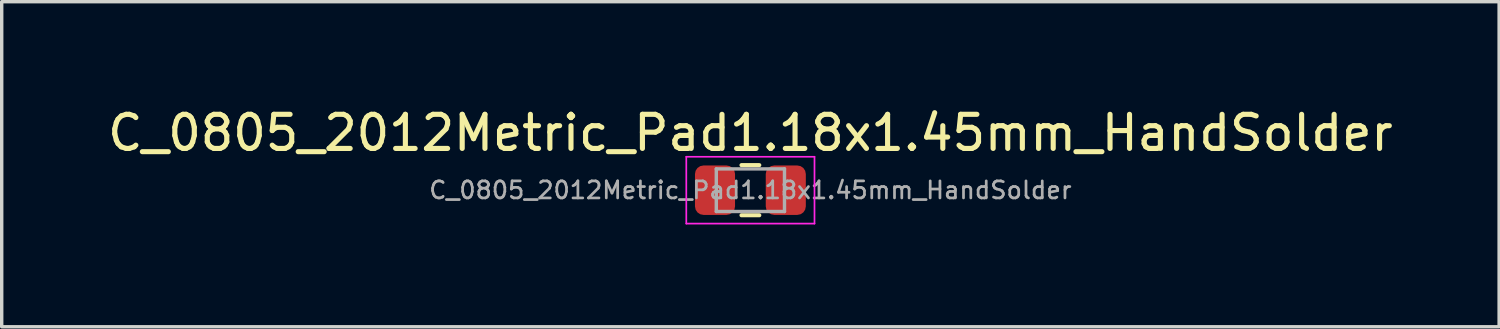
<source format=kicad_pcb>
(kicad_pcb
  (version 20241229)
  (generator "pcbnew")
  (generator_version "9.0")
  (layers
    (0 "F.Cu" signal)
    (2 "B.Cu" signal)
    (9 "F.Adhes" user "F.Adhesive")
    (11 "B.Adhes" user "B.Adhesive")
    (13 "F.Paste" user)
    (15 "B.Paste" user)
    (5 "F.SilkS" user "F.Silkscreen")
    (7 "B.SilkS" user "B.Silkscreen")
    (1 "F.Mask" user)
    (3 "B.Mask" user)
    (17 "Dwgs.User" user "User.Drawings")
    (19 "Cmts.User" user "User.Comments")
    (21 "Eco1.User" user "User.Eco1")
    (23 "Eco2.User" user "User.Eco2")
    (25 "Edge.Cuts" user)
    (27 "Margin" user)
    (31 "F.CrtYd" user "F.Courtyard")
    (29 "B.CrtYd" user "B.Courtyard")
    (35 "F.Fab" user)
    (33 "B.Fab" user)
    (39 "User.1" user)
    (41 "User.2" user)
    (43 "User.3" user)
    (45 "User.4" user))
  (footprint "C_0805_2012Metric_Pad1.18x1.45mm_HandSolder"
    (layer "F.Cu")
    (at 18.958 2.528)
    (property "Reference" "C_0805_2012Metric_Pad1.18x1.45mm_HandSolder" (at 0 -1.68 0) (layer "F.SilkS") (effects (font (size 1 1) (thickness 0.15))))
    (attr smd)
    (fp_line (start -0.261 -0.735) (end 0.261 -0.735) (stroke (width 0.12) (type solid)) (layer "F.SilkS"))
    (fp_line (start -0.261 0.735) (end 0.261 0.735) (stroke (width 0.12) (type solid)) (layer "F.SilkS"))
    (fp_line (start -1.88 -0.98) (end 1.88 -0.98) (stroke (width 0.05) (type solid)) (layer "F.CrtYd"))
    (fp_line (start -1.88 0.98) (end -1.88 -0.98) (stroke (width 0.05) (type solid)) (layer "F.CrtYd"))
    (fp_line (start 1.88 -0.98) (end 1.88 0.98) (stroke (width 0.05) (type solid)) (layer "F.CrtYd"))
    (fp_line (start 1.88 0.98) (end -1.88 0.98) (stroke (width 0.05) (type solid)) (layer "F.CrtYd"))
    (fp_line (start -1 -0.625) (end 1 -0.625) (stroke (width 0.1) (type solid)) (layer "F.Fab"))
    (fp_line (start -1 0.625) (end -1 -0.625) (stroke (width 0.1) (type solid)) (layer "F.Fab"))
    (fp_line (start 1 -0.625) (end 1 0.625) (stroke (width 0.1) (type solid)) (layer "F.Fab"))
    (fp_line (start 1 0.625) (end -1 0.625) (stroke (width 0.1) (type solid)) (layer "F.Fab"))
    (fp_text user "${REFERENCE}" (at 0 0 0) (layer "F.Fab") (effects (font (size 0.5 0.5) (thickness 0.08))))
    (pad "1" smd roundrect (at -1.038 0) (size 1.175 1.45) (layers "F.Cu" "F.Mask" "F.Paste") (roundrect_rratio 0.213))
    (pad "2" smd roundrect (at 1.038 0) (size 1.175 1.45) (layers "F.Cu" "F.Mask" "F.Paste") (roundrect_rratio 0.213)))
  (gr_rect
    (start -3 -3)
    (end 40.917 6.533)
    (stroke (width 0.1) (type default))
    (fill no)
    (layer "Edge.Cuts")))
</source>
